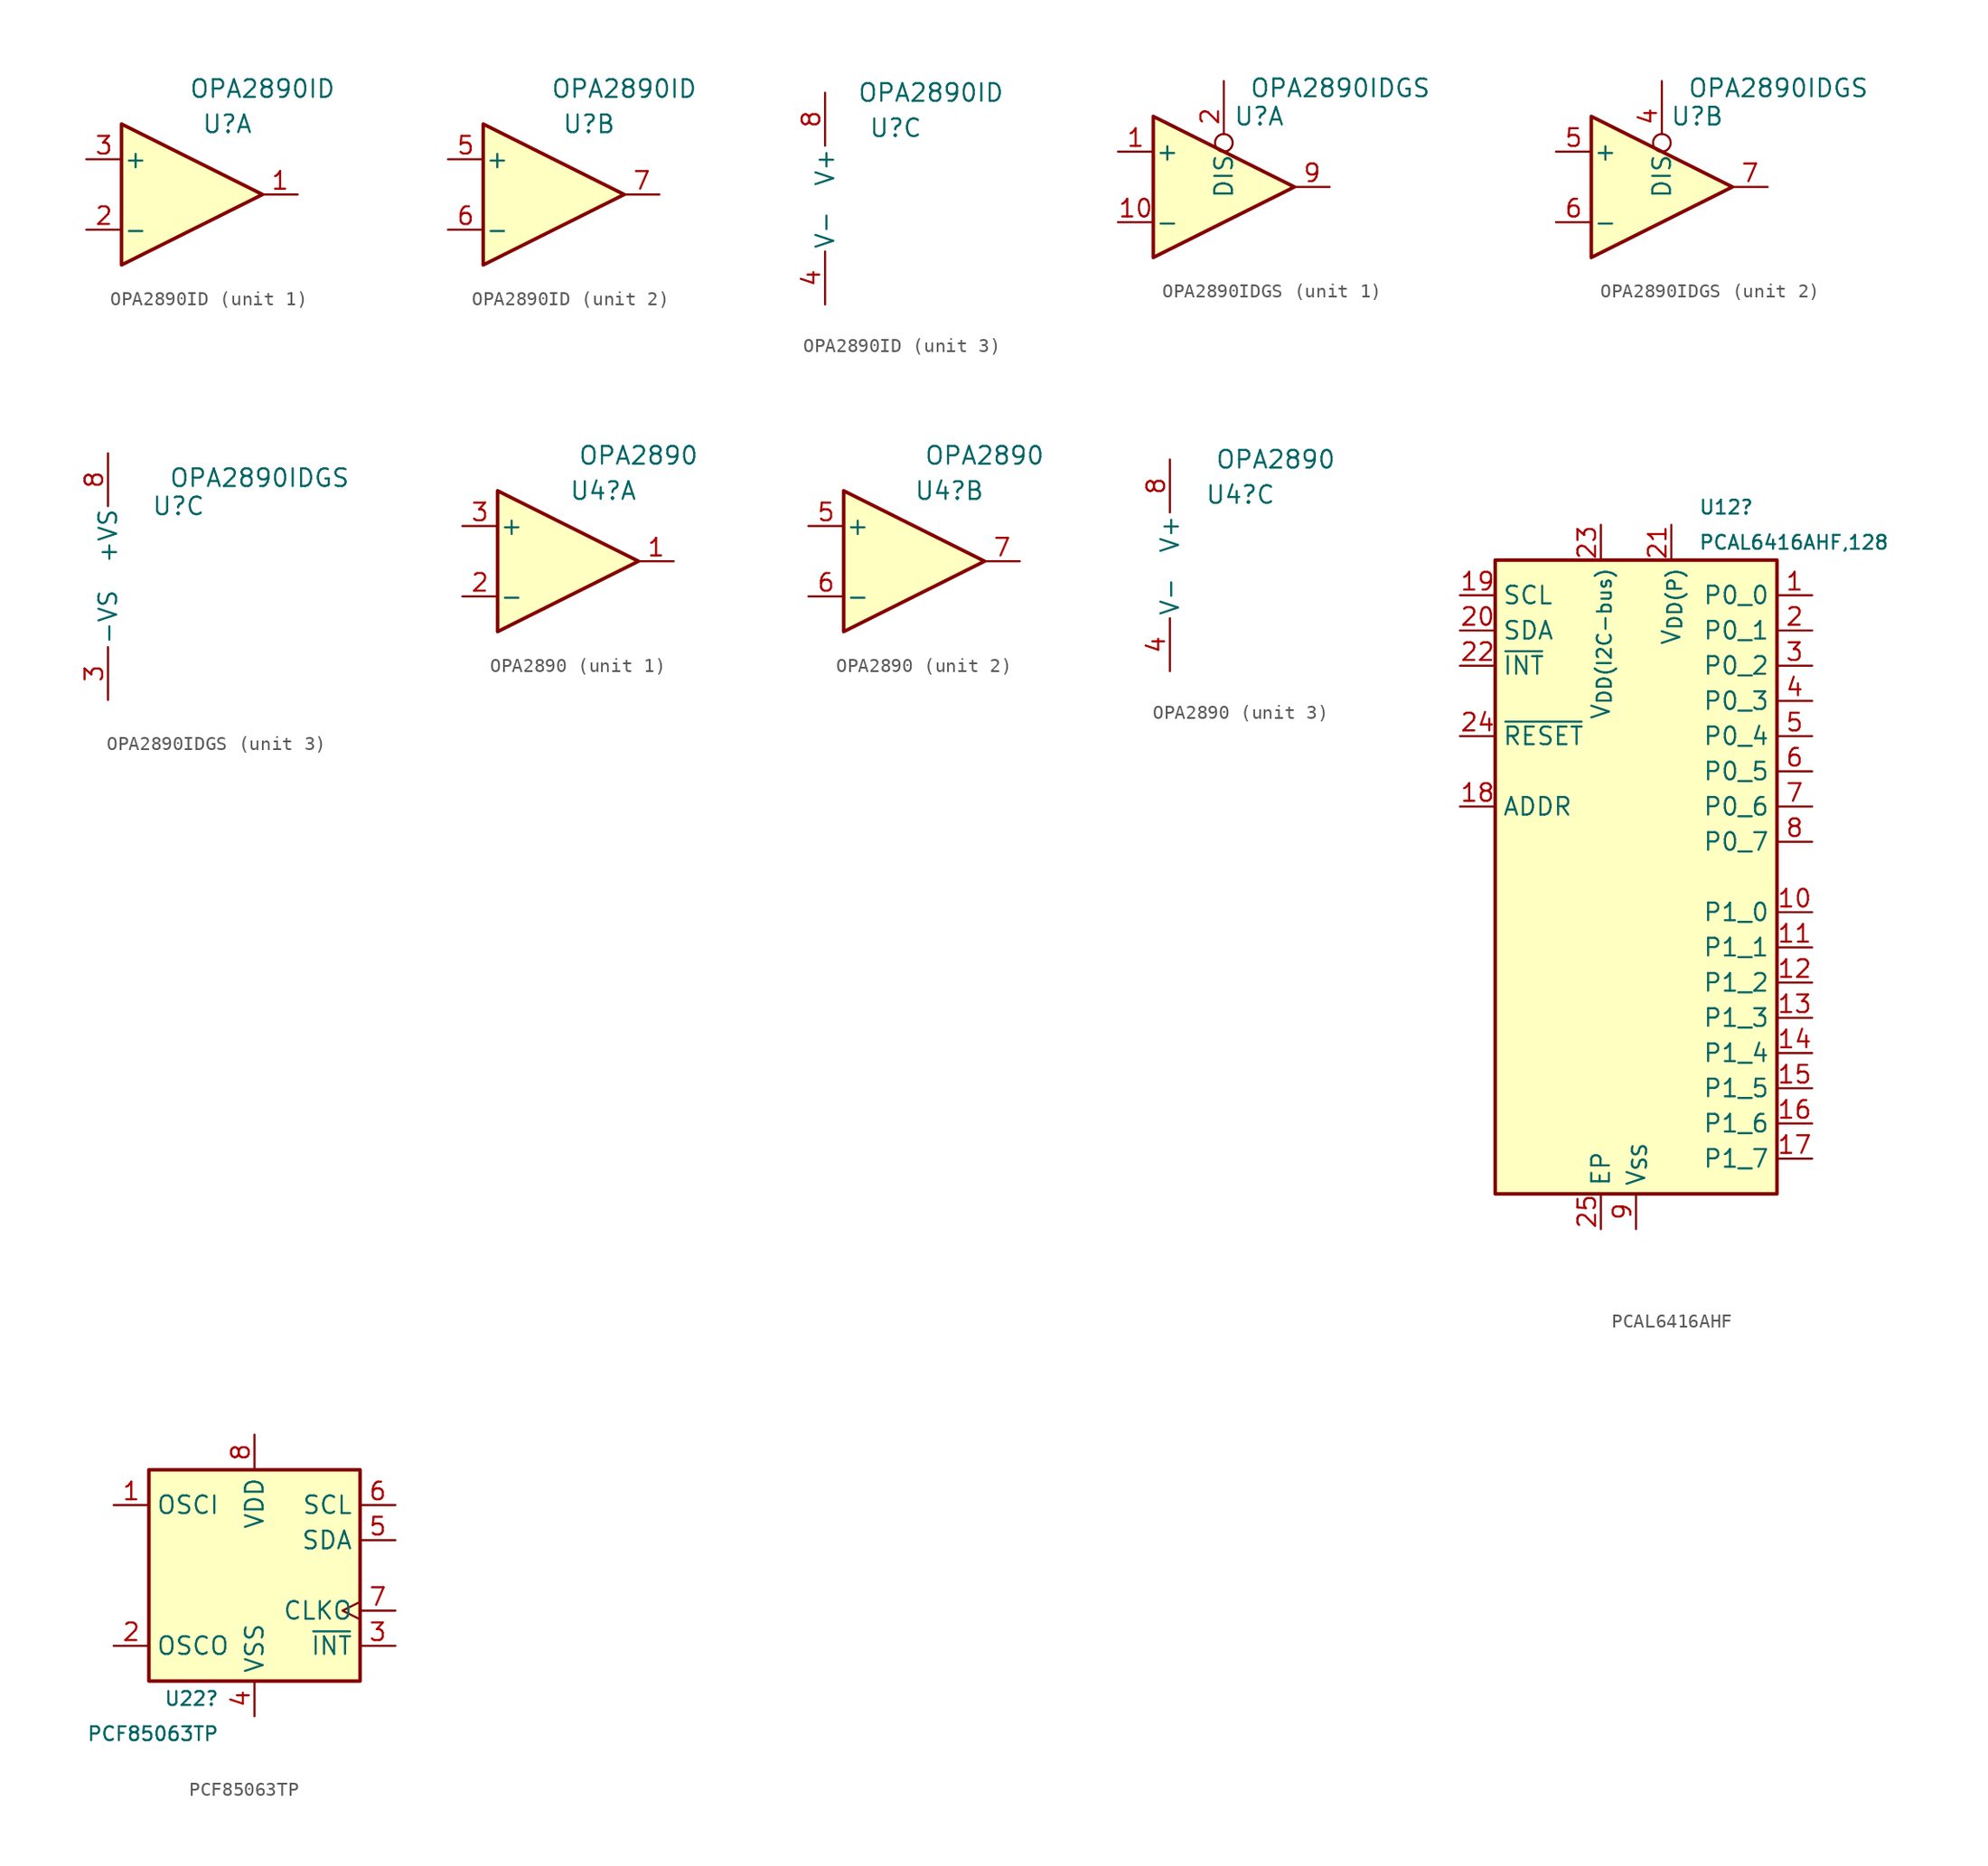
<source format=kicad_sym>
(kicad_symbol_lib
  (version 20231120)
  (generator "kicad_symbol_editor")
  (generator_version "8.0")
  (symbol "OPA2890ID"
    (pin_names
      (offset 0.127))
    (property "Reference" "U"
      (at 2.54 5.08 0)
      (effects (font (size 1.27 1.27))))
    (property "Value" "OPA2890ID"
      (at 5.08 7.62 0)
      (effects (font (size 1.27 1.27))))
    (property "ki_locked" ""
      (at 0 0 0)
      (effects (font (size 1.27 1.27))))
    (symbol "OPA2890ID_1_1"
      (polyline (pts (xy -5.08 5.08) (xy 5.08 0) (xy -5.08 -5.08) (xy -5.08 5.08)) (stroke (width 0.254) (type default)) (fill (type background)))
      (pin output line (at 7.62 0 180) (length 2.54) (name "~" (effects (font (size 1.27 1.27)))) (number "1" (effects (font (size 1.27 1.27)))))
      (pin input line (at -7.62 -2.54 0) (length 2.54) (name "-" (effects (font (size 1.27 1.27)))) (number "2" (effects (font (size 1.27 1.27)))))
      (pin input line (at -7.62 2.54 0) (length 2.54) (name "+" (effects (font (size 1.27 1.27)))) (number "3" (effects (font (size 1.27 1.27))))))
    (symbol "OPA2890ID_2_1"
      (polyline (pts (xy -5.08 5.08) (xy 5.08 0) (xy -5.08 -5.08) (xy -5.08 5.08)) (stroke (width 0.254) (type default)) (fill (type background)))
      (pin input line (at -7.62 2.54 0) (length 2.54) (name "+" (effects (font (size 1.27 1.27)))) (number "5" (effects (font (size 1.27 1.27)))))
      (pin input line (at -7.62 -2.54 0) (length 2.54) (name "-" (effects (font (size 1.27 1.27)))) (number "6" (effects (font (size 1.27 1.27)))))
      (pin output line (at 7.62 0 180) (length 2.54) (name "~" (effects (font (size 1.27 1.27)))) (number "7" (effects (font (size 1.27 1.27))))))
    (symbol "OPA2890ID_3_1"
      (pin power_in line (at -2.54 -7.62 90) (length 3.81) (name "V-" (effects (font (size 1.27 1.27)))) (number "4" (effects (font (size 1.27 1.27)))))
      (pin power_in line (at -2.54 7.62 270) (length 3.81) (name "V+" (effects (font (size 1.27 1.27)))) (number "8" (effects (font (size 1.27 1.27)))))))
  (symbol "OPA2890IDGS"
    (pin_names
      (offset 0.127))
    (property "Reference" "U"
      (at 2.54 5.08 0)
      (effects (font (size 1.27 1.27))))
    (property "Value" "OPA2890IDGS"
      (at 8.382 7.112 0)
      (effects (font (size 1.27 1.27))))
    (property "ki_locked" ""
      (at 0 0 0)
      (effects (font (size 1.27 1.27))))
    (symbol "OPA2890IDGS_1_1"
      (polyline (pts (xy -5.08 5.08) (xy 5.08 0) (xy -5.08 -5.08) (xy -5.08 5.08)) (stroke (width 0.254) (type default)) (fill (type background)))
      (pin input line (at -7.62 2.54 0) (length 2.54) (name "+" (effects (font (size 1.27 1.27)))) (number "1" (effects (font (size 1.27 1.27)))))
      (pin input line (at -7.62 -2.54 0) (length 2.54) (name "-" (effects (font (size 1.27 1.27)))) (number "10" (effects (font (size 1.27 1.27)))))
      (pin input inverted (at 0 7.62 270) (length 5.08) (name "DIS" (effects (font (size 1.27 1.27)))) (number "2" (effects (font (size 1.27 1.27)))))
      (pin output line (at 7.62 0 180) (length 2.54) (name "~" (effects (font (size 1.27 1.27)))) (number "9" (effects (font (size 1.27 1.27))))))
    (symbol "OPA2890IDGS_2_1"
      (polyline (pts (xy -5.08 5.08) (xy 5.08 0) (xy -5.08 -5.08) (xy -5.08 5.08)) (stroke (width 0.254) (type default)) (fill (type background)))
      (pin input inverted (at 0 7.62 270) (length 5.08) (name "DIS" (effects (font (size 1.27 1.27)))) (number "4" (effects (font (size 1.27 1.27)))))
      (pin input line (at -7.62 2.54 0) (length 2.54) (name "+" (effects (font (size 1.27 1.27)))) (number "5" (effects (font (size 1.27 1.27)))))
      (pin input line (at -7.62 -2.54 0) (length 2.54) (name "-" (effects (font (size 1.27 1.27)))) (number "6" (effects (font (size 1.27 1.27)))))
      (pin output line (at 7.62 0 180) (length 2.54) (name "~" (effects (font (size 1.27 1.27)))) (number "7" (effects (font (size 1.27 1.27))))))
    (symbol "OPA2890IDGS_3_1"
      (pin power_in line (at -2.54 -8.89 90) (length 3.81) (name "-VS" (effects (font (size 1.27 1.27)))) (number "3" (effects (font (size 1.27 1.27)))))
      (pin power_in line (at -2.54 8.89 270) (length 3.81) (name "+VS" (effects (font (size 1.27 1.27)))) (number "8" (effects (font (size 1.27 1.27)))))))
  (symbol "OPA2890"
    (pin_names
      (offset 0.127))
    (property "Reference" "U4"
      (at 2.54 5.08 0)
      (effects (font (size 1.27 1.27))))
    (property "Value" "OPA2890"
      (at 5.08 7.62 0)
      (effects (font (size 1.27 1.27))))
    (property "ki_locked" ""
      (at 0 0 0)
      (effects (font (size 1.27 1.27))))
    (symbol "OPA2890_1_1"
      (polyline (pts (xy -5.08 5.08) (xy 5.08 0) (xy -5.08 -5.08) (xy -5.08 5.08)) (stroke (width 0.254) (type default)) (fill (type background)))
      (pin output line (at 7.62 0 180) (length 2.54) (name "~" (effects (font (size 1.27 1.27)))) (number "1" (effects (font (size 1.27 1.27)))))
      (pin input line (at -7.62 -2.54 0) (length 2.54) (name "-" (effects (font (size 1.27 1.27)))) (number "2" (effects (font (size 1.27 1.27)))))
      (pin input line (at -7.62 2.54 0) (length 2.54) (name "+" (effects (font (size 1.27 1.27)))) (number "3" (effects (font (size 1.27 1.27))))))
    (symbol "OPA2890_2_1"
      (polyline (pts (xy -5.08 5.08) (xy 5.08 0) (xy -5.08 -5.08) (xy -5.08 5.08)) (stroke (width 0.254) (type default)) (fill (type background)))
      (pin input line (at -7.62 2.54 0) (length 2.54) (name "+" (effects (font (size 1.27 1.27)))) (number "5" (effects (font (size 1.27 1.27)))))
      (pin input line (at -7.62 -2.54 0) (length 2.54) (name "-" (effects (font (size 1.27 1.27)))) (number "6" (effects (font (size 1.27 1.27)))))
      (pin output line (at 7.62 0 180) (length 2.54) (name "~" (effects (font (size 1.27 1.27)))) (number "7" (effects (font (size 1.27 1.27))))))
    (symbol "OPA2890_3_1"
      (pin power_in line (at -2.54 -7.62 90) (length 3.81) (name "V-" (effects (font (size 1.27 1.27)))) (number "4" (effects (font (size 1.27 1.27)))))
      (pin power_in line (at -2.54 7.62 270) (length 3.81) (name "V+" (effects (font (size 1.27 1.27)))) (number "8" (effects (font (size 1.27 1.27)))))))
  (symbol "PCAL6416AHF"
    (property "Reference" "U12"
      (at 4.496 26.67 0)
      (effects (font (size 1 1)) (justify left)))
    (property "Value" "PCAL6416AHF,128"
      (at 4.496 24.13 0)
      (effects (font (size 1 1)) (justify left)))
    (symbol "PCAL6416AHF_0_1"
      (rectangle (start -10.16 22.86) (end 10.16 -22.86) (stroke (width 0.254) (type default)) (fill (type background))))
    (symbol "PCAL6416AHF_1_1"
      (pin bidirectional line (at 12.7 20.32 180) (length 2.54) (name "P0_0" (effects (font (size 1.27 1.27)))) (number "1" (effects (font (size 1.27 1.27)))))
      (pin bidirectional line (at 12.7 -2.54 180) (length 2.54) (name "P1_0" (effects (font (size 1.27 1.27)))) (number "10" (effects (font (size 1.27 1.27)))))
      (pin bidirectional line (at 12.7 -5.08 180) (length 2.54) (name "P1_1" (effects (font (size 1.27 1.27)))) (number "11" (effects (font (size 1.27 1.27)))))
      (pin bidirectional line (at 12.7 -7.62 180) (length 2.54) (name "P1_2" (effects (font (size 1.27 1.27)))) (number "12" (effects (font (size 1.27 1.27)))))
      (pin bidirectional line (at 12.7 -10.16 180) (length 2.54) (name "P1_3" (effects (font (size 1.27 1.27)))) (number "13" (effects (font (size 1.27 1.27)))))
      (pin bidirectional line (at 12.7 -12.7 180) (length 2.54) (name "P1_4" (effects (font (size 1.27 1.27)))) (number "14" (effects (font (size 1.27 1.27)))))
      (pin bidirectional line (at 12.7 -15.24 180) (length 2.54) (name "P1_5" (effects (font (size 1.27 1.27)))) (number "15" (effects (font (size 1.27 1.27)))))
      (pin bidirectional line (at 12.7 -17.78 180) (length 2.54) (name "P1_6" (effects (font (size 1.27 1.27)))) (number "16" (effects (font (size 1.27 1.27)))))
      (pin bidirectional line (at 12.7 -20.32 180) (length 2.54) (name "P1_7" (effects (font (size 1.27 1.27)))) (number "17" (effects (font (size 1.27 1.27)))))
      (pin input line (at -12.7 5.08 0) (length 2.54) (name "ADDR" (effects (font (size 1.27 1.27)))) (number "18" (effects (font (size 1.27 1.27)))))
      (pin input line (at -12.7 20.32 0) (length 2.54) (name "SCL" (effects (font (size 1.27 1.27)))) (number "19" (effects (font (size 1.27 1.27)))))
      (pin bidirectional line (at 12.7 17.78 180) (length 2.54) (name "P0_1" (effects (font (size 1.27 1.27)))) (number "2" (effects (font (size 1.27 1.27)))))
      (pin bidirectional line (at -12.7 17.78 0) (length 2.54) (name "SDA" (effects (font (size 1.27 1.27)))) (number "20" (effects (font (size 1.27 1.27)))))
      (pin power_in line (at 2.54 25.4 270) (length 2.54) (name "V_{DD(P)}" (effects (font (size 1.27 1.27)))) (number "21" (effects (font (size 1.27 1.27)))))
      (pin open_collector line (at -12.7 15.24 0) (length 2.54) (name "~{INT}" (effects (font (size 1.27 1.27)))) (number "22" (effects (font (size 1.27 1.27)))))
      (pin power_in line (at -2.54 25.4 270) (length 2.54) (name "V_{DD(I2C-bus)}" (effects (font (size 1.27 1.27)))) (number "23" (effects (font (size 1.27 1.27)))))
      (pin input line (at -12.7 10.16 0) (length 2.54) (name "~{RESET}" (effects (font (size 1.27 1.27)))) (number "24" (effects (font (size 1.27 1.27)))))
      (pin passive line (at -2.54 -25.4 90) (length 2.54) (name "EP" (effects (font (size 1.27 1.27)))) (number "25" (effects (font (size 1.27 1.27)))))
      (pin bidirectional line (at 12.7 15.24 180) (length 2.54) (name "P0_2" (effects (font (size 1.27 1.27)))) (number "3" (effects (font (size 1.27 1.27)))))
      (pin bidirectional line (at 12.7 12.7 180) (length 2.54) (name "P0_3" (effects (font (size 1.27 1.27)))) (number "4" (effects (font (size 1.27 1.27)))))
      (pin bidirectional line (at 12.7 10.16 180) (length 2.54) (name "P0_4" (effects (font (size 1.27 1.27)))) (number "5" (effects (font (size 1.27 1.27)))))
      (pin bidirectional line (at 12.7 7.62 180) (length 2.54) (name "P0_5" (effects (font (size 1.27 1.27)))) (number "6" (effects (font (size 1.27 1.27)))))
      (pin bidirectional line (at 12.7 5.08 180) (length 2.54) (name "P0_6" (effects (font (size 1.27 1.27)))) (number "7" (effects (font (size 1.27 1.27)))))
      (pin bidirectional line (at 12.7 2.54 180) (length 2.54) (name "P0_7" (effects (font (size 1.27 1.27)))) (number "8" (effects (font (size 1.27 1.27)))))
      (pin power_in line (at 0 -25.4 90) (length 2.54) (name "V_{SS}" (effects (font (size 1.27 1.27)))) (number "9" (effects (font (size 1.27 1.27)))))))
  (symbol "PCF85063TP"
    (property "Reference" "U22"
      (at -2.54 -8.89 0)
      (effects (font (size 1 1)) (justify right)))
    (property "Value" "PCF85063TP"
      (at -2.54 -11.43 0)
      (effects (font (size 1 1)) (justify right)))
    (symbol "PCF85063TP_0_1"
      (rectangle (start -7.62 7.62) (end 7.62 -7.62) (stroke (width 0.254) (type default)) (fill (type background))))
    (symbol "PCF85063TP_1_1"
      (pin input line (at -10.16 5.08 0) (length 2.54) (name "OSCI" (effects (font (size 1.27 1.27)))) (number "1" (effects (font (size 1.27 1.27)))))
      (pin output line (at -10.16 -5.08 0) (length 2.54) (name "OSCO" (effects (font (size 1.27 1.27)))) (number "2" (effects (font (size 1.27 1.27)))))
      (pin output line (at 10.16 -5.08 180) (length 2.54) (name "~{INT}" (effects (font (size 1.27 1.27)))) (number "3" (effects (font (size 1.27 1.27)))))
      (pin power_in line (at 0 -10.16 90) (length 2.54) (name "VSS" (effects (font (size 1.27 1.27)))) (number "4" (effects (font (size 1.27 1.27)))))
      (pin bidirectional line (at 10.16 2.54 180) (length 2.54) (name "SDA" (effects (font (size 1.27 1.27)))) (number "5" (effects (font (size 1.27 1.27)))))
      (pin input line (at 10.16 5.08 180) (length 2.54) (name "SCL" (effects (font (size 1.27 1.27)))) (number "6" (effects (font (size 1.27 1.27)))))
      (pin output clock (at 10.16 -2.54 180) (length 2.54) (name "CLKO" (effects (font (size 1.27 1.27)))) (number "7" (effects (font (size 1.27 1.27)))))
      (pin power_in line (at 0 10.16 270) (length 2.54) (name "VDD" (effects (font (size 1.27 1.27)))) (number "8" (effects (font (size 1.27 1.27))))))))
</source>
